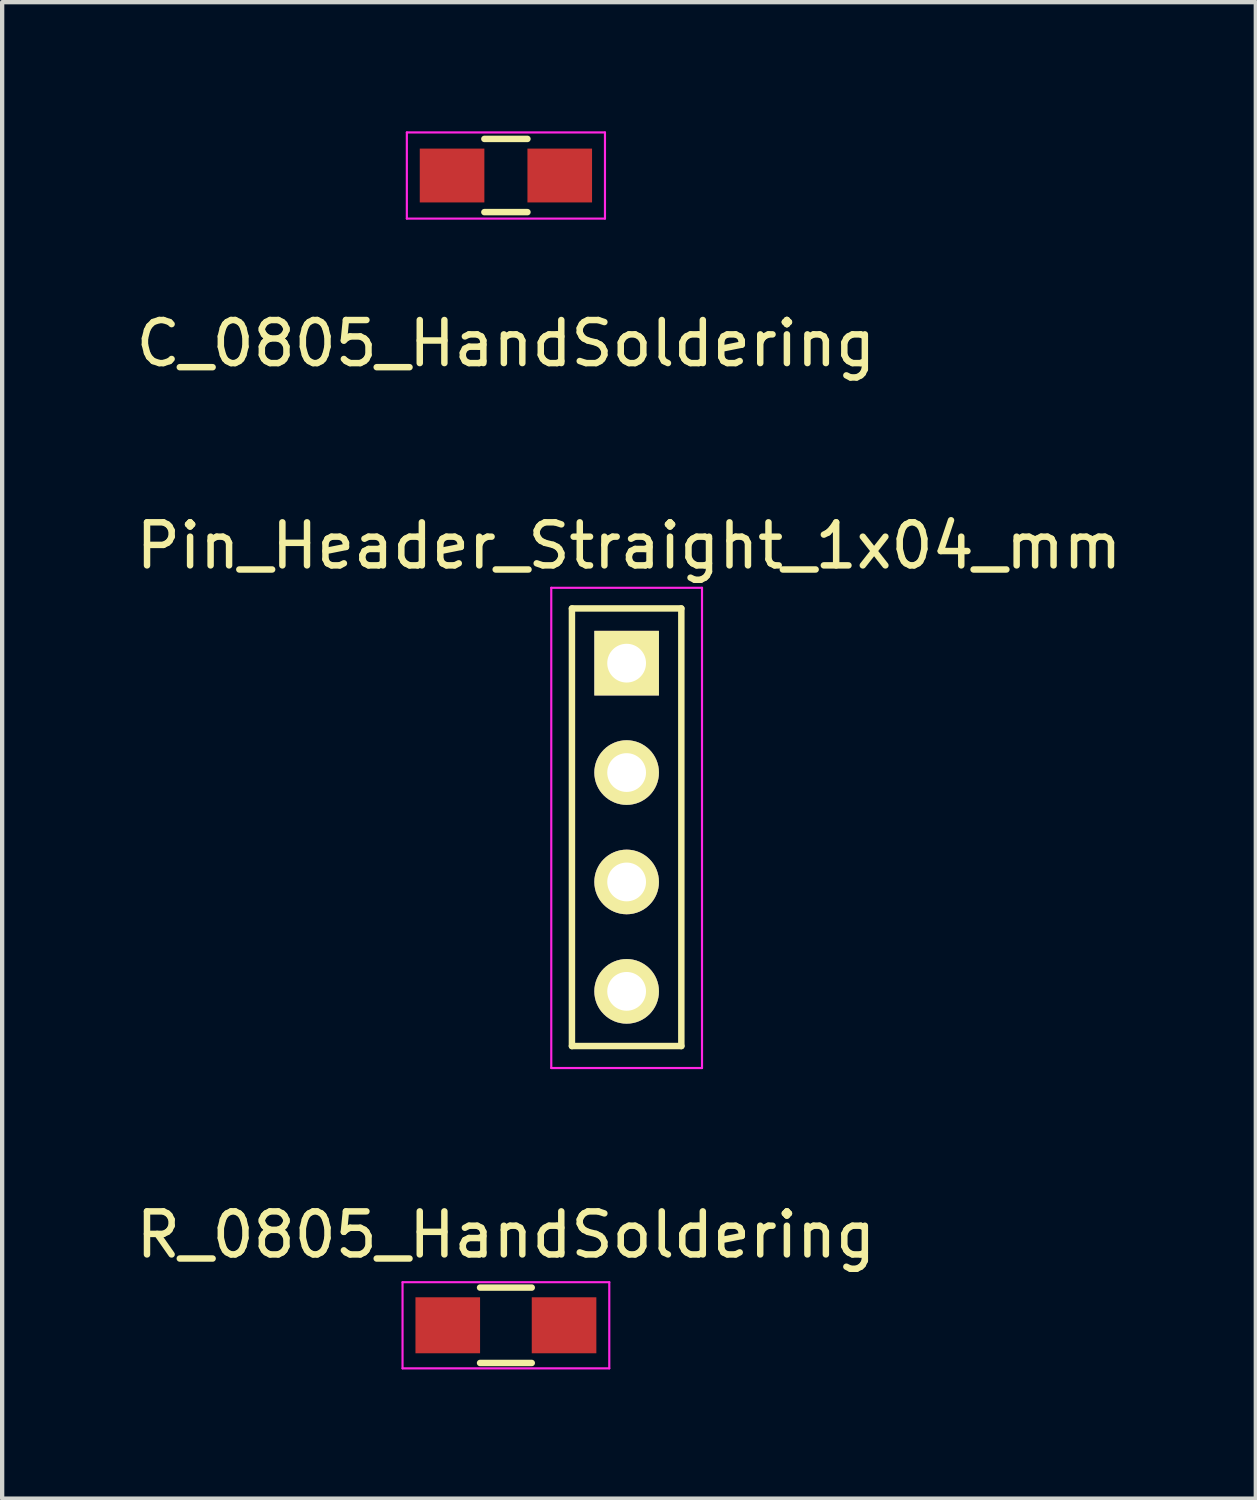
<source format=kicad_pcb>
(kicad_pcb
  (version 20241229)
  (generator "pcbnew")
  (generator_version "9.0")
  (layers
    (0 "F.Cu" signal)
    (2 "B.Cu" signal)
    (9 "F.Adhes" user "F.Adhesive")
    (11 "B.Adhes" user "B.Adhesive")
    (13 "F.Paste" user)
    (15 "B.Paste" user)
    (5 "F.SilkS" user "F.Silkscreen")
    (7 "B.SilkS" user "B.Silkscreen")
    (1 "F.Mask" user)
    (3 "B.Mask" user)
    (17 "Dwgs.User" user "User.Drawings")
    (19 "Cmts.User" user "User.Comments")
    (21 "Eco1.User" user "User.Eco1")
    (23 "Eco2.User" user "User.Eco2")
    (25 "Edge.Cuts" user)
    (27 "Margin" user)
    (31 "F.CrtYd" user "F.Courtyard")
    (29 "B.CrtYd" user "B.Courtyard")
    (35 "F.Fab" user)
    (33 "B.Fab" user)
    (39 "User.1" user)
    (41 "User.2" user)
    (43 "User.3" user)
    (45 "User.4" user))
  (footprint "Pin_Header_Straight_1x04_mm"
    (layer "F.Cu")
    (at 11.499 12.347)
    (property "Reference" "Pin_Header_Straight_1x04_mm" (at 0.055 -2.725 0) (layer "F.SilkS") (effects (font (size 1 1) (thickness 0.15))))
    (attr through_hole)
    (fp_line (start -1.27 -1.27) (end -1.27 8.89) (stroke (width 0.15) (type solid)) (layer "F.SilkS"))
    (fp_line (start -1.27 8.89) (end 1.27 8.89) (stroke (width 0.15) (type solid)) (layer "F.SilkS"))
    (fp_line (start 1.27 -1.27) (end -1.27 -1.27) (stroke (width 0.15) (type solid)) (layer "F.SilkS"))
    (fp_line (start 1.27 -1.27) (end 1.27 8.89) (stroke (width 0.15) (type solid)) (layer "F.SilkS"))
    (fp_line (start -1.75 -1.75) (end -1.75 9.4) (stroke (width 0.05) (type solid)) (layer "F.CrtYd"))
    (fp_line (start -1.75 -1.75) (end 1.75 -1.75) (stroke (width 0.05) (type solid)) (layer "F.CrtYd"))
    (fp_line (start -1.75 9.4) (end 1.75 9.4) (stroke (width 0.05) (type solid)) (layer "F.CrtYd"))
    (fp_line (start 1.75 -1.75) (end 1.75 9.4) (stroke (width 0.05) (type solid)) (layer "F.CrtYd"))
    (pad "1" thru_hole rect (at 0 0) (size 1.5 1.5) (drill 0.9) (layers "*.Cu" "*.Mask" "F.SilkS"))
    (pad "2" thru_hole oval (at 0 2.54) (size 1.5 1.5) (drill 0.9) (layers "*.Cu" "*.Mask" "F.SilkS"))
    (pad "3" thru_hole oval (at 0 5.08) (size 1.5 1.5) (drill 0.9) (layers "*.Cu" "*.Mask" "F.SilkS"))
    (pad "4" thru_hole oval (at 0 7.62) (size 1.5 1.5) (drill 0.9) (layers "*.Cu" "*.Mask" "F.SilkS")))
  (footprint "R_0805_HandSoldering"
    (layer "F.Cu")
    (at 8.696 27.72)
    (property "Reference" "R_0805_HandSoldering" (at 0 -2.1 0) (layer "F.SilkS") (effects (font (size 1 1) (thickness 0.15))))
    (attr smd)
    (fp_line (start -0.6 -0.875) (end 0.6 -0.875) (stroke (width 0.15) (type solid)) (layer "F.SilkS"))
    (fp_line (start 0.6 0.875) (end -0.6 0.875) (stroke (width 0.15) (type solid)) (layer "F.SilkS"))
    (fp_line (start -2.4 -1) (end -2.4 1) (stroke (width 0.05) (type solid)) (layer "F.CrtYd"))
    (fp_line (start -2.4 -1) (end 2.4 -1) (stroke (width 0.05) (type solid)) (layer "F.CrtYd"))
    (fp_line (start -2.4 1) (end 2.4 1) (stroke (width 0.05) (type solid)) (layer "F.CrtYd"))
    (fp_line (start 2.4 -1) (end 2.4 1) (stroke (width 0.05) (type solid)) (layer "F.CrtYd"))
    (pad "1" smd rect (at -1.35 0) (size 1.5 1.3) (layers "F.Cu" "F.Mask" "F.Paste"))
    (pad "2" smd rect (at 1.35 0) (size 1.5 1.3) (layers "F.Cu" "F.Mask" "F.Paste")))
  (footprint "C_0805_HandSoldering"
    (layer "F.Cu")
    (at 8.696 1.025)
    (property "Reference" "C_0805_HandSoldering" (at 0 3.9 0) (layer "F.SilkS") (effects (font (size 1 1) (thickness 0.15))))
    (attr smd)
    (fp_line (start -0.5 0.85) (end 0.5 0.85) (stroke (width 0.15) (type solid)) (layer "F.SilkS"))
    (fp_line (start 0.5 -0.85) (end -0.5 -0.85) (stroke (width 0.15) (type solid)) (layer "F.SilkS"))
    (fp_line (start -2.3 -1) (end -2.3 1) (stroke (width 0.05) (type solid)) (layer "F.CrtYd"))
    (fp_line (start -2.3 -1) (end 2.3 -1) (stroke (width 0.05) (type solid)) (layer "F.CrtYd"))
    (fp_line (start -2.3 1) (end 2.3 1) (stroke (width 0.05) (type solid)) (layer "F.CrtYd"))
    (fp_line (start 2.3 -1) (end 2.3 1) (stroke (width 0.05) (type solid)) (layer "F.CrtYd"))
    (pad "1" smd rect (at -1.25 0) (size 1.5 1.25) (layers "F.Cu" "F.Mask" "F.Paste"))
    (pad "2" smd rect (at 1.25 0) (size 1.5 1.25) (layers "F.Cu" "F.Mask" "F.Paste")))
  (gr_rect
    (start -3 -3)
    (end 26.107 31.745)
    (stroke (width 0.1) (type default))
    (fill no)
    (layer "Edge.Cuts")))
</source>
